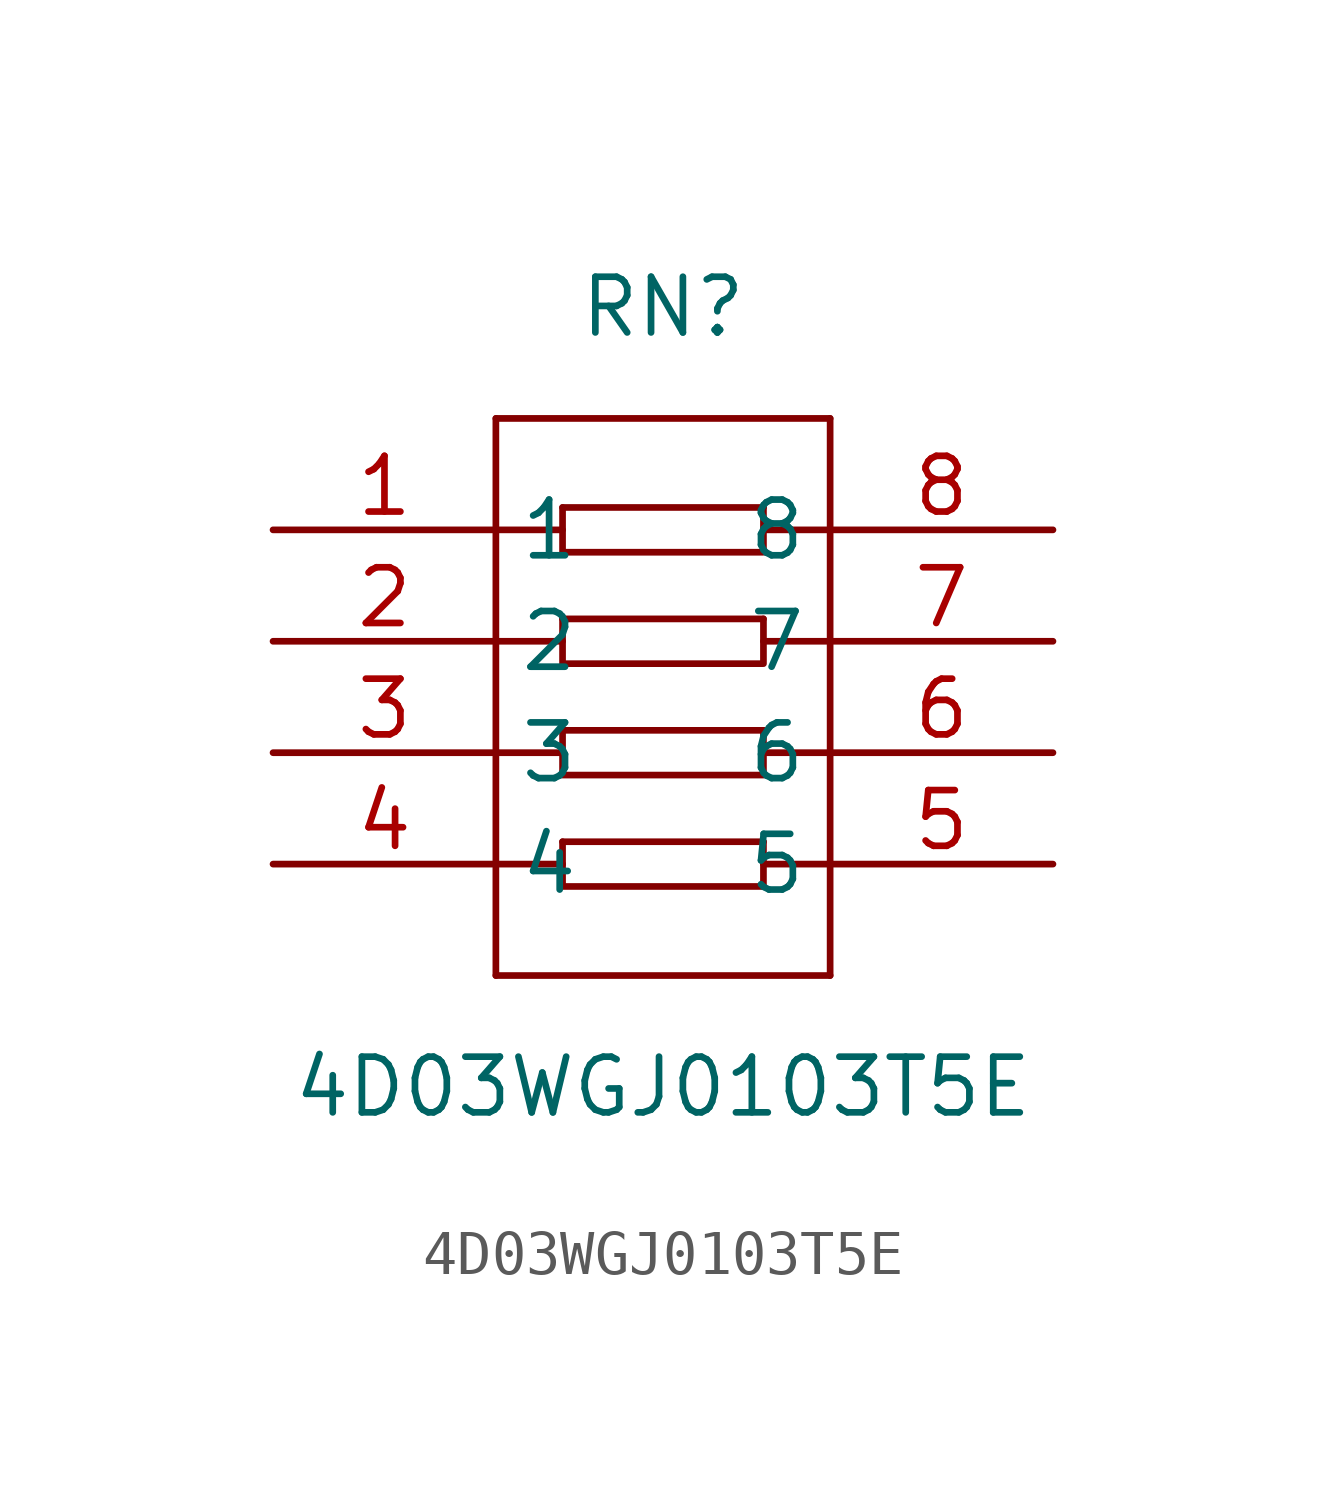
<source format=kicad_sym>
(kicad_symbol_lib
  (version 1)
  (generator "faebryk")
  (symbol "4D03WGJ0103T5E"
    (property "Reference" "RN"
      (at 0 8.89 0)
      (effects (font (size 1.27 1.27)) (hide no)))
    (property "Value" "4D03WGJ0103T5E"
      (at 0 -8.89 0)
      (effects (font (size 1.27 1.27)) (hide no)))
    (symbol "4D03WGJ0103T5E_0_1"
      (polyline (stroke (width 0) (type default) (color 0 0 0 0)) (fill (type none)) (pts (xy -3.81 -3.81) (xy -2.29 -3.81)))
      (polyline (stroke (width 0) (type default) (color 0 0 0 0)) (fill (type none)) (pts (xy -3.81 6.35) (xy -3.81 -6.35)))
      (polyline (stroke (width 0) (type default) (color 0 0 0 0)) (fill (type none)) (pts (xy 3.81 6.35) (xy 3.81 -6.35)))
      (polyline (stroke (width 0) (type default) (color 0 0 0 0)) (fill (type none)) (pts (xy -3.81 3.81) (xy -2.29 3.81)))
      (polyline (stroke (width 0) (type default) (color 0 0 0 0)) (fill (type none)) (pts (xy -3.81 -1.27) (xy -2.29 -1.27)))
      (polyline (stroke (width 0) (type default) (color 0 0 0 0)) (fill (type none)) (pts (xy -3.81 6.35) (xy 3.81 6.35)))
      (polyline (stroke (width 0) (type default) (color 0 0 0 0)) (fill (type none)) (pts (xy -3.81 1.27) (xy -2.29 1.27)))
      (polyline (stroke (width 0) (type default) (color 0 0 0 0)) (fill (type none)) (pts (xy -2.29 4.32) (xy 2.29 4.32)))
      (polyline (stroke (width 0) (type default) (color 0 0 0 0)) (fill (type none)) (pts (xy -2.29 4.32) (xy -2.29 3.3) (xy 2.29 3.3) (xy 2.29 4.32)))
      (polyline (stroke (width 0) (type default) (color 0 0 0 0)) (fill (type none)) (pts (xy -2.29 1.78) (xy 2.29 1.78)))
      (polyline (stroke (width 0) (type default) (color 0 0 0 0)) (fill (type none)) (pts (xy -2.29 1.78) (xy -2.29 0.76) (xy 2.29 0.76) (xy 2.29 1.78)))
      (polyline (stroke (width 0) (type default) (color 0 0 0 0)) (fill (type none)) (pts (xy -2.29 -0.76) (xy 2.29 -0.76)))
      (polyline (stroke (width 0) (type default) (color 0 0 0 0)) (fill (type none)) (pts (xy -2.29 -0.76) (xy -2.29 -1.78) (xy 2.29 -1.78) (xy 2.29 -0.76)))
      (polyline (stroke (width 0) (type default) (color 0 0 0 0)) (fill (type none)) (pts (xy -2.29 -3.3) (xy 2.29 -3.3)))
      (polyline (stroke (width 0) (type default) (color 0 0 0 0)) (fill (type none)) (pts (xy -2.29 -3.3) (xy -2.29 -4.32) (xy 2.29 -4.32) (xy 2.29 -3.3)))
      (polyline (stroke (width 0) (type default) (color 0 0 0 0)) (fill (type none)) (pts (xy 2.29 3.81) (xy 3.81 3.81)))
      (polyline (stroke (width 0) (type default) (color 0 0 0 0)) (fill (type none)) (pts (xy 2.29 1.27) (xy 3.81 1.27)))
      (polyline (stroke (width 0) (type default) (color 0 0 0 0)) (fill (type none)) (pts (xy 2.29 -1.27) (xy 3.81 -1.27)))
      (polyline (stroke (width 0) (type default) (color 0 0 0 0)) (fill (type none)) (pts (xy 2.29 -3.81) (xy 3.81 -3.81)))
      (polyline (stroke (width 0) (type default) (color 0 0 0 0)) (fill (type none)) (pts (xy -3.81 -6.35) (xy 3.81 -6.35)))
      (pin input line (at -8.89 3.81 0) (length 5.08) (name "1" (effects (font (size 1.27 1.27)) (hide no))) (number "1" (effects (font (size 1.27 1.27)) (hide no))))
      (pin input line (at -8.89 1.27 0) (length 5.08) (name "2" (effects (font (size 1.27 1.27)) (hide no))) (number "2" (effects (font (size 1.27 1.27)) (hide no))))
      (pin input line (at -8.89 -1.27 0) (length 5.08) (name "3" (effects (font (size 1.27 1.27)) (hide no))) (number "3" (effects (font (size 1.27 1.27)) (hide no))))
      (pin input line (at -8.89 -3.81 0) (length 5.08) (name "4" (effects (font (size 1.27 1.27)) (hide no))) (number "4" (effects (font (size 1.27 1.27)) (hide no))))
      (pin input line (at 8.89 -3.81 180) (length 5.08) (name "5" (effects (font (size 1.27 1.27)) (hide no))) (number "5" (effects (font (size 1.27 1.27)) (hide no))))
      (pin input line (at 8.89 -1.27 180) (length 5.08) (name "6" (effects (font (size 1.27 1.27)) (hide no))) (number "6" (effects (font (size 1.27 1.27)) (hide no))))
      (pin input line (at 8.89 1.27 180) (length 5.08) (name "7" (effects (font (size 1.27 1.27)) (hide no))) (number "7" (effects (font (size 1.27 1.27)) (hide no))))
      (pin input line (at 8.89 3.81 180) (length 5.08) (name "8" (effects (font (size 1.27 1.27)) (hide no))) (number "8" (effects (font (size 1.27 1.27)) (hide no)))))))
</source>
